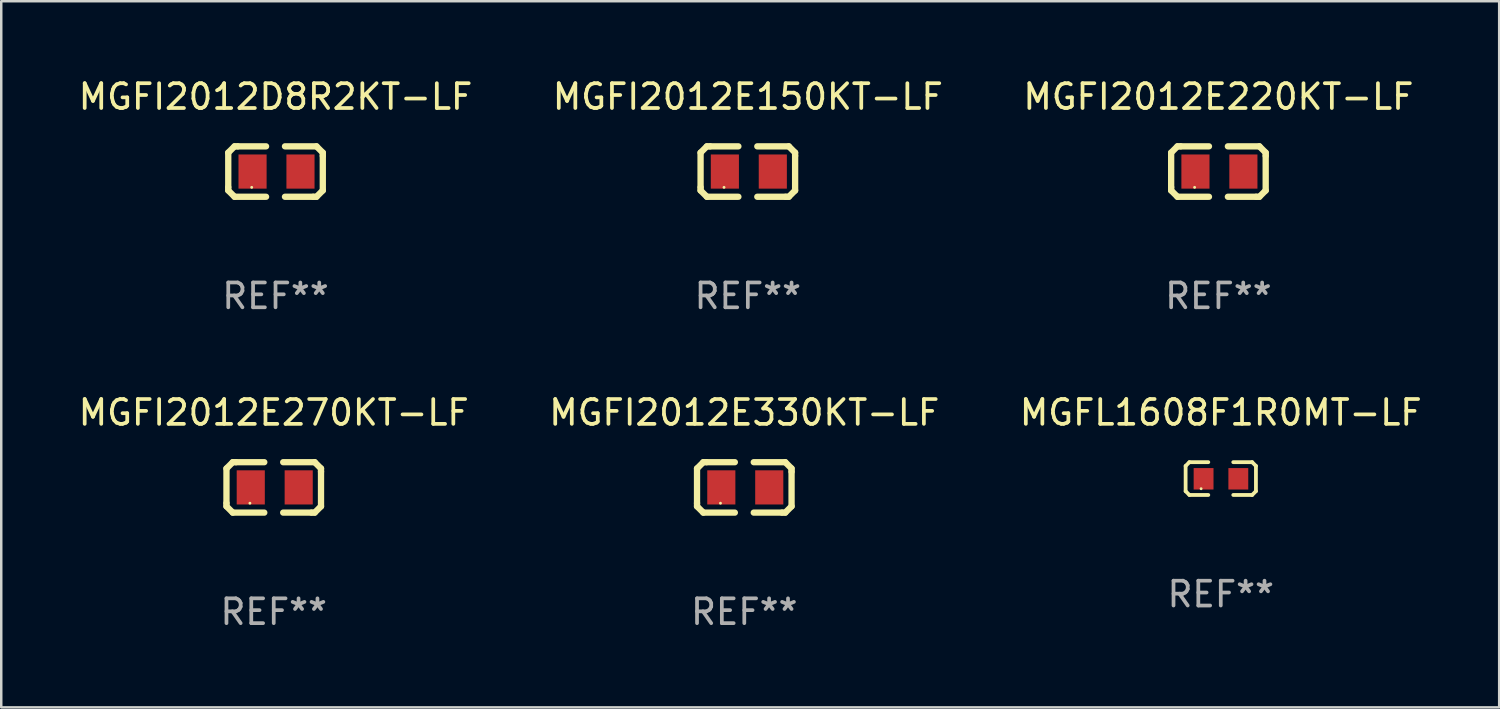
<source format=kicad_pcb>
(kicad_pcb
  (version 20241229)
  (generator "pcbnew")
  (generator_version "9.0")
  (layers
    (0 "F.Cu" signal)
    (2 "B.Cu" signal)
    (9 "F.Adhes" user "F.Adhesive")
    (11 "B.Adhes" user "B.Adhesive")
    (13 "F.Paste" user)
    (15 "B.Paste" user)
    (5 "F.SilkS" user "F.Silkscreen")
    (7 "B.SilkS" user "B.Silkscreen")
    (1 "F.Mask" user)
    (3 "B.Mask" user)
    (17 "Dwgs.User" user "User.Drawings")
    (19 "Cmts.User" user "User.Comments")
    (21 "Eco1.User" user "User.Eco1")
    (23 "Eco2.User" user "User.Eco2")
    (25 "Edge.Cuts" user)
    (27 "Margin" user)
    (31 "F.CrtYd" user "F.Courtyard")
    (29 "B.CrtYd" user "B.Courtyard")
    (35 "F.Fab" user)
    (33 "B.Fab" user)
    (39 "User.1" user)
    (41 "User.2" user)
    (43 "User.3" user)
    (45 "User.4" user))
  (footprint "MGFI2012E150KT-LF"
    (layer "F.Cu")
    (at 27.089 3.864)
    (property "Reference" "MGFI2012E150KT-LF" (at 0 -3.016 0) (layer "F.SilkS") (effects (font (size 1 1) (thickness 0.15))))
    (attr through_hole)
    (fp_line (start -1.905 -0.762) (end -1.905 0.635) (stroke (width 0.254) (type solid)) (layer "F.SilkS"))
    (fp_line (start -1.905 0.635) (end -1.905 0.762) (stroke (width 0.254) (type solid)) (layer "F.SilkS"))
    (fp_line (start -1.905 0.762) (end -1.651 1.016) (stroke (width 0.254) (type solid)) (layer "F.SilkS"))
    (fp_line (start -1.651 -1.016) (end -1.905 -0.762) (stroke (width 0.254) (type solid)) (layer "F.SilkS"))
    (fp_line (start -1.651 1.016) (end -0.381 1.016) (stroke (width 0.254) (type solid)) (layer "F.SilkS"))
    (fp_line (start -1.524 -1.016) (end -1.651 -1.016) (stroke (width 0.254) (type solid)) (layer "F.SilkS"))
    (fp_line (start -0.381 -1.016) (end -1.524 -1.016) (stroke (width 0.254) (type solid)) (layer "F.SilkS"))
    (fp_line (start 0.381 1.016) (end 1.524 1.016) (stroke (width 0.254) (type solid)) (layer "F.SilkS"))
    (fp_line (start 1.524 1.016) (end 1.651 1.016) (stroke (width 0.254) (type solid)) (layer "F.SilkS"))
    (fp_line (start 1.651 -1.016) (end 0.381 -1.016) (stroke (width 0.254) (type solid)) (layer "F.SilkS"))
    (fp_line (start 1.651 1.016) (end 1.905 0.762) (stroke (width 0.254) (type solid)) (layer "F.SilkS"))
    (fp_line (start 1.905 -0.762) (end 1.651 -1.016) (stroke (width 0.254) (type solid)) (layer "F.SilkS"))
    (fp_line (start 1.905 -0.635) (end 1.905 -0.762) (stroke (width 0.254) (type solid)) (layer "F.SilkS"))
    (fp_line (start 1.905 0.762) (end 1.905 -0.635) (stroke (width 0.254) (type solid)) (layer "F.SilkS"))
    (fp_circle (center -0.96 0.637) (end -0.93 0.637) (stroke (width 0.06) (type solid)) (fill no) (layer "F.SilkS"))
    (fp_text user "REF**" (at 0 5.016 0) (layer "F.Fab") (effects (font (size 1 1) (thickness 0.15))))
    (pad "1" smd rect (at -0.926 -0.000051) (size 1.133 1.377) (layers "F.Cu" "F.Mask" "F.Paste"))
    (pad "2" smd rect (at 1.006 -0.000051) (size 1.133 1.377) (layers "F.Cu" "F.Mask" "F.Paste")))
  (footprint "MGFL1608F1R0MT-LF"
    (layer "F.Cu")
    (at 46.149 16.237)
    (property "Reference" "MGFL1608F1R0MT-LF" (at 0 -2.661 0) (layer "F.SilkS") (effects (font (size 1 1) (thickness 0.15))))
    (attr through_hole)
    (fp_line (start -1.417 -0.508) (end -1.265 -0.661) (stroke (width 0.152) (type solid)) (layer "F.SilkS"))
    (fp_line (start -1.417 0.508) (end -1.417 -0.508) (stroke (width 0.152) (type solid)) (layer "F.SilkS"))
    (fp_line (start -1.265 -0.661) (end -0.503 -0.661) (stroke (width 0.152) (type solid)) (layer "F.SilkS"))
    (fp_line (start -1.265 0.661) (end -1.417 0.508) (stroke (width 0.152) (type solid)) (layer "F.SilkS"))
    (fp_line (start -1.265 0.661) (end -0.503 0.661) (stroke (width 0.152) (type solid)) (layer "F.SilkS"))
    (fp_line (start 1.265 -0.661) (end 0.503 -0.661) (stroke (width 0.152) (type solid)) (layer "F.SilkS"))
    (fp_line (start 1.265 -0.661) (end 1.417 -0.508) (stroke (width 0.152) (type solid)) (layer "F.SilkS"))
    (fp_line (start 1.265 0.661) (end 0.503 0.661) (stroke (width 0.152) (type solid)) (layer "F.SilkS"))
    (fp_line (start 1.417 -0.508) (end 1.417 0.508) (stroke (width 0.152) (type solid)) (layer "F.SilkS"))
    (fp_line (start 1.417 0.508) (end 1.265 0.661) (stroke (width 0.152) (type solid)) (layer "F.SilkS"))
    (fp_circle (center -0.793 0.409) (end -0.763 0.409) (stroke (width 0.06) (type solid)) (fill no) (layer "F.SilkS"))
    (fp_text user "REF**" (at 0 4.661 0) (layer "F.Fab") (effects (font (size 1 1) (thickness 0.15))))
    (pad "1" smd rect (at -0.693 0.009 180) (size 0.8 0.864) (layers "F.Cu" "F.Mask" "F.Paste"))
    (pad "2" smd rect (at 0.707 0.009 180) (size 0.8 0.864) (layers "F.Cu" "F.Mask" "F.Paste")))
  (footprint "MGFI2012E330KT-LF"
    (layer "F.Cu")
    (at 26.946 16.593)
    (property "Reference" "MGFI2012E330KT-LF" (at 0 -3.016 0) (layer "F.SilkS") (effects (font (size 1 1) (thickness 0.15))))
    (attr through_hole)
    (fp_line (start -1.905 -0.762) (end -1.905 0.635) (stroke (width 0.254) (type solid)) (layer "F.SilkS"))
    (fp_line (start -1.905 0.635) (end -1.905 0.762) (stroke (width 0.254) (type solid)) (layer "F.SilkS"))
    (fp_line (start -1.905 0.762) (end -1.651 1.016) (stroke (width 0.254) (type solid)) (layer "F.SilkS"))
    (fp_line (start -1.651 -1.016) (end -1.905 -0.762) (stroke (width 0.254) (type solid)) (layer "F.SilkS"))
    (fp_line (start -1.651 1.016) (end -0.381 1.016) (stroke (width 0.254) (type solid)) (layer "F.SilkS"))
    (fp_line (start -1.524 -1.016) (end -1.651 -1.016) (stroke (width 0.254) (type solid)) (layer "F.SilkS"))
    (fp_line (start -0.381 -1.016) (end -1.524 -1.016) (stroke (width 0.254) (type solid)) (layer "F.SilkS"))
    (fp_line (start 0.381 1.016) (end 1.524 1.016) (stroke (width 0.254) (type solid)) (layer "F.SilkS"))
    (fp_line (start 1.524 1.016) (end 1.651 1.016) (stroke (width 0.254) (type solid)) (layer "F.SilkS"))
    (fp_line (start 1.651 -1.016) (end 0.381 -1.016) (stroke (width 0.254) (type solid)) (layer "F.SilkS"))
    (fp_line (start 1.651 1.016) (end 1.905 0.762) (stroke (width 0.254) (type solid)) (layer "F.SilkS"))
    (fp_line (start 1.905 -0.762) (end 1.651 -1.016) (stroke (width 0.254) (type solid)) (layer "F.SilkS"))
    (fp_line (start 1.905 -0.635) (end 1.905 -0.762) (stroke (width 0.254) (type solid)) (layer "F.SilkS"))
    (fp_line (start 1.905 0.762) (end 1.905 -0.635) (stroke (width 0.254) (type solid)) (layer "F.SilkS"))
    (fp_circle (center -0.96 0.637) (end -0.93 0.637) (stroke (width 0.06) (type solid)) (fill no) (layer "F.SilkS"))
    (fp_text user "REF**" (at 0 5.016 0) (layer "F.Fab") (effects (font (size 1 1) (thickness 0.15))))
    (pad "1" smd rect (at -0.926 -0.000051) (size 1.133 1.377) (layers "F.Cu" "F.Mask" "F.Paste"))
    (pad "2" smd rect (at 1.006 -0.000051) (size 1.133 1.377) (layers "F.Cu" "F.Mask" "F.Paste")))
  (footprint "MGFI2012E270KT-LF"
    (layer "F.Cu")
    (at 7.982 16.593)
    (property "Reference" "MGFI2012E270KT-LF" (at 0 -3.016 0) (layer "F.SilkS") (effects (font (size 1 1) (thickness 0.15))))
    (attr through_hole)
    (fp_line (start -1.905 -0.762) (end -1.905 0.635) (stroke (width 0.254) (type solid)) (layer "F.SilkS"))
    (fp_line (start -1.905 0.635) (end -1.905 0.762) (stroke (width 0.254) (type solid)) (layer "F.SilkS"))
    (fp_line (start -1.905 0.762) (end -1.651 1.016) (stroke (width 0.254) (type solid)) (layer "F.SilkS"))
    (fp_line (start -1.651 -1.016) (end -1.905 -0.762) (stroke (width 0.254) (type solid)) (layer "F.SilkS"))
    (fp_line (start -1.651 1.016) (end -0.381 1.016) (stroke (width 0.254) (type solid)) (layer "F.SilkS"))
    (fp_line (start -1.524 -1.016) (end -1.651 -1.016) (stroke (width 0.254) (type solid)) (layer "F.SilkS"))
    (fp_line (start -0.381 -1.016) (end -1.524 -1.016) (stroke (width 0.254) (type solid)) (layer "F.SilkS"))
    (fp_line (start 0.381 1.016) (end 1.524 1.016) (stroke (width 0.254) (type solid)) (layer "F.SilkS"))
    (fp_line (start 1.524 1.016) (end 1.651 1.016) (stroke (width 0.254) (type solid)) (layer "F.SilkS"))
    (fp_line (start 1.651 -1.016) (end 0.381 -1.016) (stroke (width 0.254) (type solid)) (layer "F.SilkS"))
    (fp_line (start 1.651 1.016) (end 1.905 0.762) (stroke (width 0.254) (type solid)) (layer "F.SilkS"))
    (fp_line (start 1.905 -0.762) (end 1.651 -1.016) (stroke (width 0.254) (type solid)) (layer "F.SilkS"))
    (fp_line (start 1.905 -0.635) (end 1.905 -0.762) (stroke (width 0.254) (type solid)) (layer "F.SilkS"))
    (fp_line (start 1.905 0.762) (end 1.905 -0.635) (stroke (width 0.254) (type solid)) (layer "F.SilkS"))
    (fp_circle (center -0.96 0.637) (end -0.93 0.637) (stroke (width 0.06) (type solid)) (fill no) (layer "F.SilkS"))
    (fp_text user "REF**" (at 0 5.016 0) (layer "F.Fab") (effects (font (size 1 1) (thickness 0.15))))
    (pad "1" smd rect (at -0.926 -0.000051) (size 1.133 1.377) (layers "F.Cu" "F.Mask" "F.Paste"))
    (pad "2" smd rect (at 1.006 -0.000051) (size 1.133 1.377) (layers "F.Cu" "F.Mask" "F.Paste")))
  (footprint "MGFI2012E220KT-LF"
    (layer "F.Cu")
    (at 46.054 3.864)
    (property "Reference" "MGFI2012E220KT-LF" (at 0 -3.016 0) (layer "F.SilkS") (effects (font (size 1 1) (thickness 0.15))))
    (attr through_hole)
    (fp_line (start -1.905 -0.762) (end -1.905 0.635) (stroke (width 0.254) (type solid)) (layer "F.SilkS"))
    (fp_line (start -1.905 0.635) (end -1.905 0.762) (stroke (width 0.254) (type solid)) (layer "F.SilkS"))
    (fp_line (start -1.905 0.762) (end -1.651 1.016) (stroke (width 0.254) (type solid)) (layer "F.SilkS"))
    (fp_line (start -1.651 -1.016) (end -1.905 -0.762) (stroke (width 0.254) (type solid)) (layer "F.SilkS"))
    (fp_line (start -1.651 1.016) (end -0.381 1.016) (stroke (width 0.254) (type solid)) (layer "F.SilkS"))
    (fp_line (start -1.524 -1.016) (end -1.651 -1.016) (stroke (width 0.254) (type solid)) (layer "F.SilkS"))
    (fp_line (start -0.381 -1.016) (end -1.524 -1.016) (stroke (width 0.254) (type solid)) (layer "F.SilkS"))
    (fp_line (start 0.381 1.016) (end 1.524 1.016) (stroke (width 0.254) (type solid)) (layer "F.SilkS"))
    (fp_line (start 1.524 1.016) (end 1.651 1.016) (stroke (width 0.254) (type solid)) (layer "F.SilkS"))
    (fp_line (start 1.651 -1.016) (end 0.381 -1.016) (stroke (width 0.254) (type solid)) (layer "F.SilkS"))
    (fp_line (start 1.651 1.016) (end 1.905 0.762) (stroke (width 0.254) (type solid)) (layer "F.SilkS"))
    (fp_line (start 1.905 -0.762) (end 1.651 -1.016) (stroke (width 0.254) (type solid)) (layer "F.SilkS"))
    (fp_line (start 1.905 -0.635) (end 1.905 -0.762) (stroke (width 0.254) (type solid)) (layer "F.SilkS"))
    (fp_line (start 1.905 0.762) (end 1.905 -0.635) (stroke (width 0.254) (type solid)) (layer "F.SilkS"))
    (fp_circle (center -0.96 0.637) (end -0.93 0.637) (stroke (width 0.06) (type solid)) (fill no) (layer "F.SilkS"))
    (fp_text user "REF**" (at 0 5.016 0) (layer "F.Fab") (effects (font (size 1 1) (thickness 0.15))))
    (pad "1" smd rect (at -0.926 -0.000051) (size 1.133 1.377) (layers "F.Cu" "F.Mask" "F.Paste"))
    (pad "2" smd rect (at 1.006 -0.000051) (size 1.133 1.377) (layers "F.Cu" "F.Mask" "F.Paste")))
  (footprint "MGFI2012D8R2KT-LF"
    (layer "F.Cu")
    (at 8.054 3.864)
    (property "Reference" "MGFI2012D8R2KT-LF" (at 0 -3.016 0) (layer "F.SilkS") (effects (font (size 1 1) (thickness 0.15))))
    (attr through_hole)
    (fp_line (start -1.905 -0.762) (end -1.905 0.635) (stroke (width 0.254) (type solid)) (layer "F.SilkS"))
    (fp_line (start -1.905 0.635) (end -1.905 0.762) (stroke (width 0.254) (type solid)) (layer "F.SilkS"))
    (fp_line (start -1.905 0.762) (end -1.651 1.016) (stroke (width 0.254) (type solid)) (layer "F.SilkS"))
    (fp_line (start -1.651 -1.016) (end -1.905 -0.762) (stroke (width 0.254) (type solid)) (layer "F.SilkS"))
    (fp_line (start -1.651 1.016) (end -0.381 1.016) (stroke (width 0.254) (type solid)) (layer "F.SilkS"))
    (fp_line (start -1.524 -1.016) (end -1.651 -1.016) (stroke (width 0.254) (type solid)) (layer "F.SilkS"))
    (fp_line (start -0.381 -1.016) (end -1.524 -1.016) (stroke (width 0.254) (type solid)) (layer "F.SilkS"))
    (fp_line (start 0.381 1.016) (end 1.524 1.016) (stroke (width 0.254) (type solid)) (layer "F.SilkS"))
    (fp_line (start 1.524 1.016) (end 1.651 1.016) (stroke (width 0.254) (type solid)) (layer "F.SilkS"))
    (fp_line (start 1.651 -1.016) (end 0.381 -1.016) (stroke (width 0.254) (type solid)) (layer "F.SilkS"))
    (fp_line (start 1.651 1.016) (end 1.905 0.762) (stroke (width 0.254) (type solid)) (layer "F.SilkS"))
    (fp_line (start 1.905 -0.762) (end 1.651 -1.016) (stroke (width 0.254) (type solid)) (layer "F.SilkS"))
    (fp_line (start 1.905 -0.635) (end 1.905 -0.762) (stroke (width 0.254) (type solid)) (layer "F.SilkS"))
    (fp_line (start 1.905 0.762) (end 1.905 -0.635) (stroke (width 0.254) (type solid)) (layer "F.SilkS"))
    (fp_circle (center -0.96 0.637) (end -0.93 0.637) (stroke (width 0.06) (type solid)) (fill no) (layer "F.SilkS"))
    (fp_text user "REF**" (at 0 5.016 0) (layer "F.Fab") (effects (font (size 1 1) (thickness 0.15))))
    (pad "1" smd rect (at -0.926 -0.000051) (size 1.133 1.377) (layers "F.Cu" "F.Mask" "F.Paste"))
    (pad "2" smd rect (at 1.006 -0.000051) (size 1.133 1.377) (layers "F.Cu" "F.Mask" "F.Paste")))
  (gr_rect
    (start -3 -3)
    (end 57.369 25.457)
    (stroke (width 0.1) (type default))
    (fill no)
    (layer "Edge.Cuts")))
</source>
